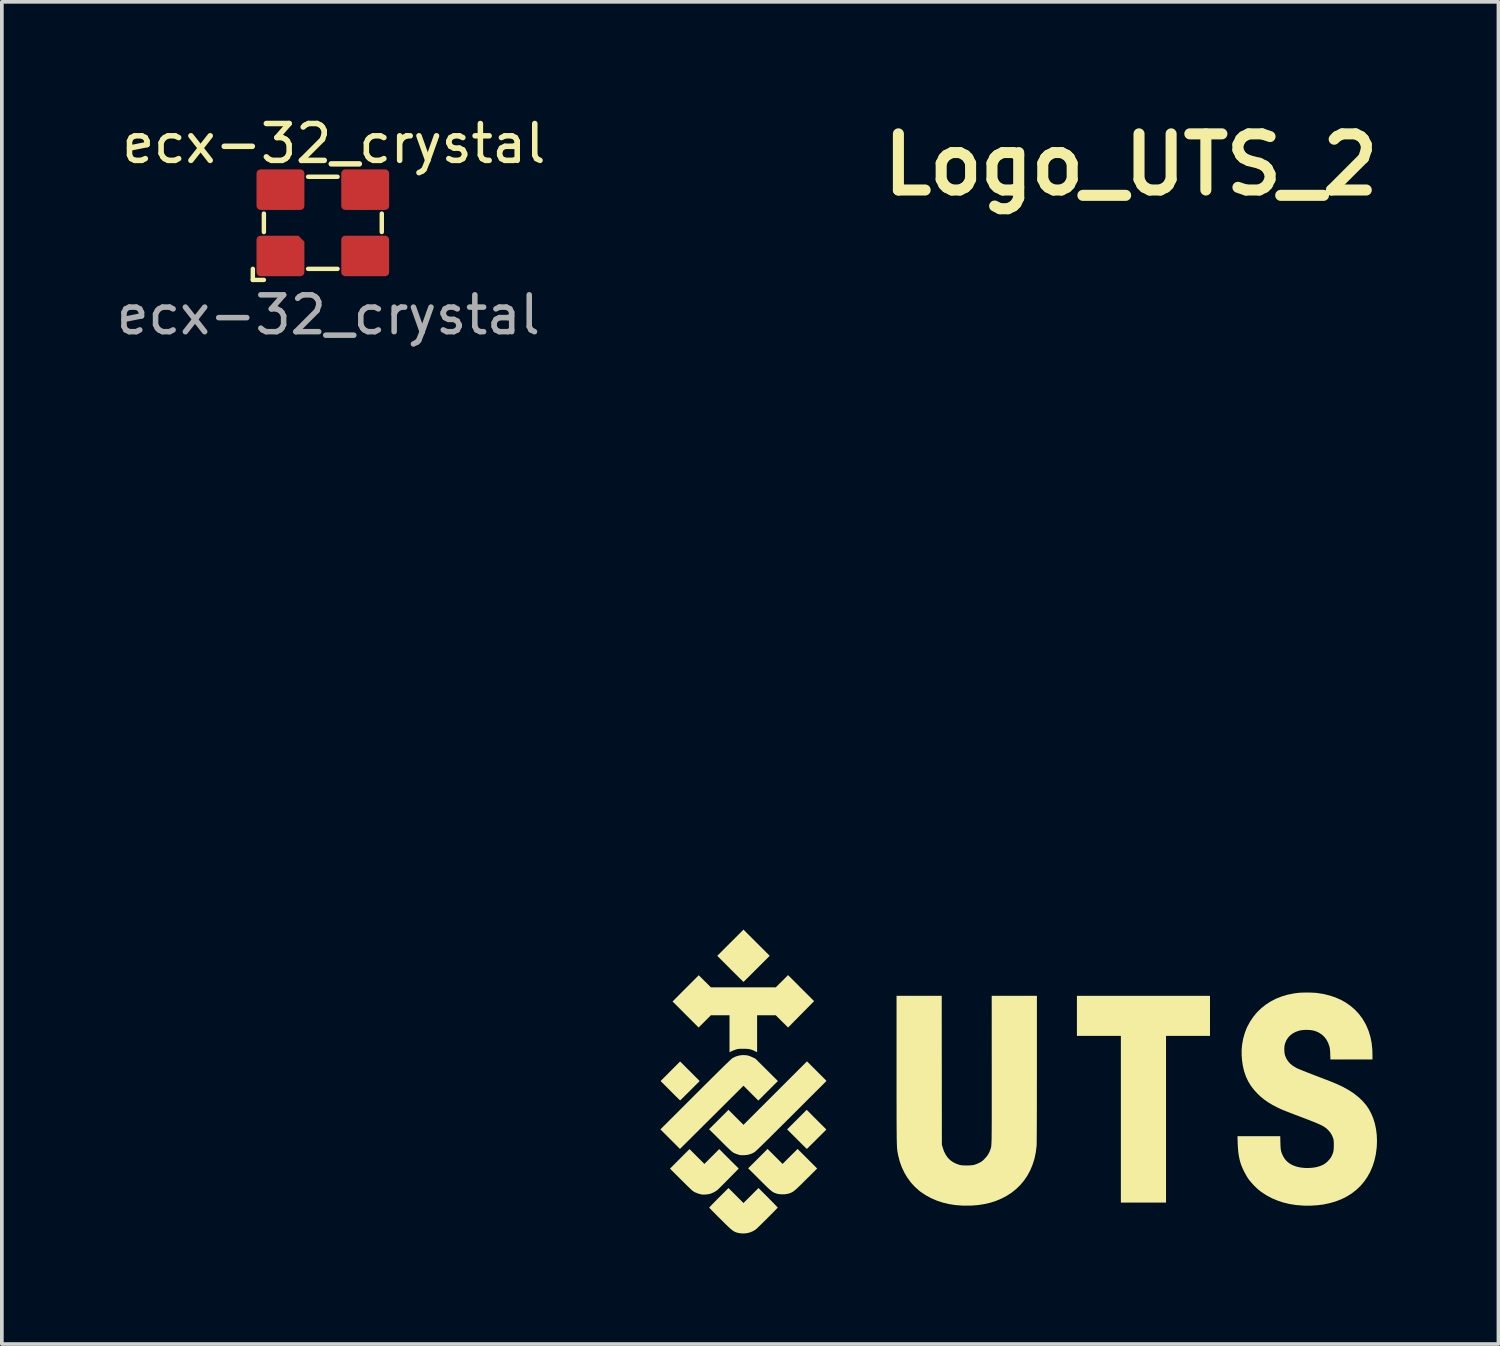
<source format=kicad_pcb>
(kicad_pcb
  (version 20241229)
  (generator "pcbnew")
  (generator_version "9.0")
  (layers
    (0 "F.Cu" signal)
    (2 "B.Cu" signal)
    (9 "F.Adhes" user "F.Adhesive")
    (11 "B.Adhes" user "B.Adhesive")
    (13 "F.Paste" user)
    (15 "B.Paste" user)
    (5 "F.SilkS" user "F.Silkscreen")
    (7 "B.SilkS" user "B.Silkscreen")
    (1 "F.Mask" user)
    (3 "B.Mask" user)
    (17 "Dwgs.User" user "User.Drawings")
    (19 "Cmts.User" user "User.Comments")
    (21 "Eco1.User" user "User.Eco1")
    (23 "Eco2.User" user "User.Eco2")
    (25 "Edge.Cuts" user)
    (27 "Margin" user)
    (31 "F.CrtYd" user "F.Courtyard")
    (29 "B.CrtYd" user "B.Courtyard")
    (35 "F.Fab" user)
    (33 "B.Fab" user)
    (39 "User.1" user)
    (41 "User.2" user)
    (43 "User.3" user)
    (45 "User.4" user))
  (footprint "Logo_UTS_2"
    (layer "F.Cu")
    (at 24.602 26.31)
    (property "Reference" "Logo_UTS_2" (at 3.048 -24.892 0) (layer "F.SilkS") (effects (font (size 1.524 1.524) (thickness 0.3))))
    (attr board_only exclude_from_pos_files exclude_from_bom)
    (fp_poly (pts (xy 5.192 -1.242) (xy 3.999 -1.242) (xy 3.999 3.283) (xy 2.773 3.283) (xy 2.773 -1.242) (xy 1.58 -1.242) (xy 1.58 -2.329) (xy 5.192 -2.329)) (stroke (width 0) (type solid)) (fill yes) (layer "F.SilkS"))
    (fp_poly (pts (xy -5.488 1.033) (xy -5.221 1.3) (xy -5.484 1.563) (xy -5.538 1.617) (xy -5.589 1.668) (xy -5.635 1.713) (xy -5.675 1.753) (xy -5.707 1.785) (xy -5.732 1.809) (xy -5.747 1.823) (xy -5.751 1.827) (xy -5.758 1.821) (xy -5.775 1.805) (xy -5.801 1.779) (xy -5.835 1.746) (xy -5.877 1.705) (xy -5.923 1.658) (xy -5.975 1.607) (xy -6.021 1.561) (xy -6.286 1.296) (xy -5.755 0.765)) (stroke (width 0) (type solid)) (fill yes) (layer "F.SilkS"))
    (fp_poly (pts (xy -8.925 -0.282) (xy -8.66 -0.016) (xy -8.923 0.247) (xy -8.978 0.301) (xy -9.028 0.351) (xy -9.074 0.397) (xy -9.114 0.436) (xy -9.147 0.468) (xy -9.171 0.492) (xy -9.186 0.506) (xy -9.191 0.51) (xy -9.197 0.505) (xy -9.214 0.488) (xy -9.24 0.463) (xy -9.275 0.429) (xy -9.316 0.389) (xy -9.363 0.342) (xy -9.414 0.291) (xy -9.458 0.247) (xy -9.721 -0.016) (xy -9.456 -0.282) (xy -9.191 -0.547)) (stroke (width 0) (type solid)) (fill yes) (layer "F.SilkS"))
    (fp_poly (pts (xy -7.115 -3.771) (xy -6.759 -3.415) (xy -7.113 -3.061) (xy -7.176 -2.998) (xy -7.236 -2.938) (xy -7.291 -2.884) (xy -7.341 -2.834) (xy -7.384 -2.792) (xy -7.419 -2.757) (xy -7.446 -2.73) (xy -7.464 -2.713) (xy -7.471 -2.707) (xy -7.471 -2.707) (xy -7.477 -2.713) (xy -7.494 -2.729) (xy -7.521 -2.755) (xy -7.556 -2.79) (xy -7.599 -2.832) (xy -7.648 -2.881) (xy -7.703 -2.935) (xy -7.763 -2.994) (xy -7.826 -3.057) (xy -7.829 -3.061) (xy -8.183 -3.415) (xy -7.827 -3.771) (xy -7.471 -4.126)) (stroke (width 0) (type solid)) (fill yes) (layer "F.SilkS"))
    (fp_poly (pts (xy -5.908 -2.538) (xy -5.554 -2.185) (xy -5.907 -1.827) (xy -6.26 -1.469) (xy -6.428 -1.635) (xy -6.595 -1.802) (xy -7.101 -1.802) (xy -7.101 -0.798) (xy -7.158 -0.827) (xy -7.209 -0.851) (xy -7.257 -0.868) (xy -7.305 -0.881) (xy -7.357 -0.888) (xy -7.419 -0.892) (xy -7.479 -0.892) (xy -7.531 -0.892) (xy -7.57 -0.891) (xy -7.6 -0.889) (xy -7.625 -0.886) (xy -7.648 -0.88) (xy -7.674 -0.872) (xy -7.685 -0.869) (xy -7.724 -0.855) (xy -7.764 -0.839) (xy -7.797 -0.824) (xy -7.802 -0.822) (xy -7.85 -0.798) (xy -7.85 -1.802) (xy -8.355 -1.802) (xy -8.522 -1.635) (xy -8.689 -1.469) (xy -9.043 -1.823) (xy -9.396 -2.176) (xy -9.041 -2.532) (xy -8.685 -2.888) (xy -8.355 -2.559) (xy -6.595 -2.559) (xy -6.428 -2.725) (xy -6.261 -2.892)) (stroke (width 0) (type solid)) (fill yes) (layer "F.SilkS"))
    (fp_poly (pts (xy -5.471 2.358) (xy -5.774 2.659) (xy -5.846 2.73) (xy -5.907 2.791) (xy -5.959 2.841) (xy -6.003 2.884) (xy -6.041 2.918) (xy -6.073 2.946) (xy -6.101 2.969) (xy -6.126 2.986) (xy -6.15 3) (xy -6.173 3.012) (xy -6.196 3.022) (xy -6.222 3.031) (xy -6.237 3.036) (xy -6.289 3.049) (xy -6.351 3.057) (xy -6.416 3.059) (xy -6.48 3.056) (xy -6.536 3.048) (xy -6.548 3.045) (xy -6.577 3.037) (xy -6.603 3.028) (xy -6.628 3.019) (xy -6.651 3.008) (xy -6.676 2.994) (xy -6.702 2.975) (xy -6.731 2.952) (xy -6.765 2.923) (xy -6.804 2.887) (xy -6.849 2.844) (xy -6.903 2.791) (xy -6.966 2.729) (xy -7.035 2.66) (xy -7.344 2.353) (xy -7.08 2.09) (xy -6.817 1.827) (xy -6.613 2.03) (xy -6.41 2.234) (xy -6.206 2.03) (xy -6.002 1.827)) (stroke (width 0) (type solid)) (fill yes) (layer "F.SilkS"))
    (fp_poly (pts (xy -7.865 2.096) (xy -7.6 2.36) (xy -7.87 2.634) (xy -7.926 2.692) (xy -7.98 2.746) (xy -8.031 2.797) (xy -8.077 2.842) (xy -8.116 2.881) (xy -8.148 2.912) (xy -8.171 2.934) (xy -8.182 2.944) (xy -8.23 2.977) (xy -8.287 3.009) (xy -8.347 3.035) (xy -8.389 3.049) (xy -8.424 3.056) (xy -8.467 3.061) (xy -8.514 3.065) (xy -8.558 3.066) (xy -8.593 3.065) (xy -8.602 3.064) (xy -8.696 3.041) (xy -8.787 3.004) (xy -8.792 3.001) (xy -8.807 2.993) (xy -8.822 2.984) (xy -8.837 2.974) (xy -8.854 2.961) (xy -8.875 2.944) (xy -8.899 2.922) (xy -8.928 2.894) (xy -8.964 2.86) (xy -9.008 2.817) (xy -9.06 2.766) (xy -9.122 2.704) (xy -9.162 2.665) (xy -9.466 2.362) (xy -9.201 2.096) (xy -8.936 1.831) (xy -8.532 2.234) (xy -8.331 2.032) (xy -8.129 1.831)) (stroke (width 0) (type solid)) (fill yes) (layer "F.SilkS"))
    (fp_poly (pts (xy -7.396 -0.717) (xy -7.339 -0.706) (xy -7.316 -0.699) (xy -7.283 -0.686) (xy -7.246 -0.67) (xy -7.224 -0.66) (xy -7.146 -0.623) (xy -6.842 -0.32) (xy -6.537 -0.017) (xy -6.803 0.249) (xy -7.068 0.514) (xy -7.269 0.313) (xy -7.471 0.111) (xy -8.004 0.642) (xy -8.091 0.729) (xy -8.183 0.82) (xy -8.276 0.913) (xy -8.37 1.006) (xy -8.462 1.098) (xy -8.552 1.187) (xy -8.637 1.272) (xy -8.716 1.351) (xy -8.787 1.421) (xy -8.848 1.482) (xy -8.866 1.5) (xy -9.195 1.827) (xy -9.726 1.296) (xy -8.769 0.341) (xy -8.637 0.209) (xy -8.516 0.088) (xy -8.405 -0.021) (xy -8.305 -0.121) (xy -8.215 -0.21) (xy -8.134 -0.29) (xy -8.063 -0.36) (xy -8 -0.422) (xy -7.946 -0.475) (xy -7.899 -0.519) (xy -7.86 -0.557) (xy -7.828 -0.587) (xy -7.803 -0.61) (xy -7.784 -0.626) (xy -7.771 -0.637) (xy -7.765 -0.641) (xy -7.678 -0.683) (xy -7.586 -0.71) (xy -7.491 -0.721)) (stroke (width 0) (type solid)) (fill yes) (layer "F.SilkS"))
    (fp_poly (pts (xy -5.482 -0.286) (xy -5.217 -0.02) (xy -6.173 0.935) (xy -6.305 1.066) (xy -6.425 1.186) (xy -6.535 1.295) (xy -6.634 1.394) (xy -6.723 1.483) (xy -6.803 1.562) (xy -6.874 1.632) (xy -6.937 1.693) (xy -6.991 1.746) (xy -7.038 1.791) (xy -7.077 1.829) (xy -7.109 1.859) (xy -7.135 1.883) (xy -7.155 1.901) (xy -7.17 1.913) (xy -7.179 1.919) (xy -7.257 1.958) (xy -7.338 1.983) (xy -7.425 1.995) (xy -7.451 1.996) (xy -7.49 1.996) (xy -7.524 1.996) (xy -7.55 1.995) (xy -7.562 1.994) (xy -7.602 1.984) (xy -7.649 1.969) (xy -7.697 1.95) (xy -7.738 1.932) (xy -7.738 1.931) (xy -7.752 1.924) (xy -7.768 1.912) (xy -7.787 1.896) (xy -7.812 1.875) (xy -7.842 1.848) (xy -7.879 1.813) (xy -7.923 1.77) (xy -7.977 1.718) (xy -8.04 1.655) (xy -8.096 1.599) (xy -8.405 1.292) (xy -8.142 1.029) (xy -7.878 0.765) (xy -7.675 0.969) (xy -7.471 1.172) (xy -5.747 -0.551)) (stroke (width 0) (type solid)) (fill yes) (layer "F.SilkS"))
    (fp_poly (pts (xy -6.802 3.149) (xy -6.749 3.204) (xy -6.698 3.254) (xy -6.653 3.3) (xy -6.614 3.341) (xy -6.582 3.374) (xy -6.559 3.399) (xy -6.545 3.414) (xy -6.541 3.419) (xy -6.547 3.426) (xy -6.563 3.444) (xy -6.588 3.47) (xy -6.621 3.504) (xy -6.66 3.544) (xy -6.705 3.589) (xy -6.753 3.637) (xy -6.803 3.687) (xy -6.854 3.739) (xy -6.905 3.789) (xy -6.955 3.838) (xy -7.001 3.883) (xy -7.043 3.924) (xy -7.079 3.959) (xy -7.108 3.986) (xy -7.129 4.005) (xy -7.138 4.013) (xy -7.211 4.058) (xy -7.292 4.092) (xy -7.379 4.114) (xy -7.469 4.122) (xy -7.558 4.117) (xy -7.617 4.106) (xy -7.647 4.098) (xy -7.673 4.09) (xy -7.697 4.08) (xy -7.721 4.069) (xy -7.746 4.054) (xy -7.772 4.036) (xy -7.802 4.012) (xy -7.836 3.983) (xy -7.876 3.946) (xy -7.923 3.901) (xy -7.978 3.848) (xy -8.042 3.784) (xy -8.098 3.728) (xy -8.157 3.67) (xy -8.211 3.615) (xy -8.261 3.565) (xy -8.305 3.521) (xy -8.342 3.483) (xy -8.371 3.453) (xy -8.391 3.432) (xy -8.4 3.42) (xy -8.401 3.419) (xy -8.395 3.412) (xy -8.379 3.394) (xy -8.354 3.367) (xy -8.32 3.332) (xy -8.279 3.29) (xy -8.233 3.243) (xy -8.182 3.191) (xy -8.14 3.149) (xy -7.878 2.888) (xy -7.471 3.295) (xy -7.267 3.092) (xy -7.064 2.888)) (stroke (width 0) (type solid)) (fill yes) (layer "F.SilkS"))
    (fp_poly (pts (xy -2.086 1.707) (xy -2.063 1.789) (xy -2.028 1.893) (xy -1.981 1.986) (xy -1.925 2.065) (xy -1.857 2.133) (xy -1.779 2.188) (xy -1.689 2.232) (xy -1.617 2.256) (xy -1.589 2.263) (xy -1.563 2.268) (xy -1.535 2.272) (xy -1.501 2.274) (xy -1.457 2.275) (xy -1.411 2.275) (xy -1.343 2.274) (xy -1.287 2.271) (xy -1.24 2.265) (xy -1.196 2.255) (xy -1.153 2.24) (xy -1.105 2.22) (xy -1.078 2.207) (xy -1.042 2.189) (xy -1.012 2.171) (xy -0.985 2.151) (xy -0.956 2.125) (xy -0.926 2.095) (xy -0.871 2.034) (xy -0.828 1.974) (xy -0.794 1.908) (xy -0.773 1.853) (xy -0.768 1.841) (xy -0.764 1.83) (xy -0.761 1.82) (xy -0.757 1.809) (xy -0.754 1.797) (xy -0.751 1.785) (xy -0.748 1.77) (xy -0.746 1.752) (xy -0.744 1.731) (xy -0.742 1.707) (xy -0.74 1.677) (xy -0.739 1.643) (xy -0.737 1.602) (xy -0.736 1.556) (xy -0.735 1.502) (xy -0.735 1.44) (xy -0.734 1.371) (xy -0.733 1.292) (xy -0.733 1.203) (xy -0.732 1.105) (xy -0.732 0.995) (xy -0.732 0.874) (xy -0.732 0.741) (xy -0.732 0.595) (xy -0.732 0.436) (xy -0.732 0.263) (xy -0.732 0.075) (xy -0.732 -0.128) (xy -0.732 -0.319) (xy -0.733 -2.329) (xy 0.494 -2.329) (xy 0.494 -0.339) (xy 0.494 -0.102) (xy 0.493 0.122) (xy 0.493 0.332) (xy 0.493 0.529) (xy 0.493 0.712) (xy 0.492 0.881) (xy 0.492 1.036) (xy 0.491 1.177) (xy 0.491 1.302) (xy 0.49 1.413) (xy 0.489 1.508) (xy 0.489 1.589) (xy 0.488 1.653) (xy 0.487 1.702) (xy 0.486 1.735) (xy 0.485 1.748) (xy 0.463 1.925) (xy 0.427 2.094) (xy 0.377 2.254) (xy 0.314 2.405) (xy 0.238 2.546) (xy 0.149 2.678) (xy 0.048 2.8) (xy -0.065 2.911) (xy -0.191 3.012) (xy -0.328 3.101) (xy -0.47 3.175) (xy -0.62 3.238) (xy -0.775 3.288) (xy -0.938 3.325) (xy -1.108 3.351) (xy -1.288 3.365) (xy -1.478 3.366) (xy -1.547 3.364) (xy -1.726 3.35) (xy -1.9 3.322) (xy -2.069 3.281) (xy -2.231 3.227) (xy -2.384 3.16) (xy -2.528 3.081) (xy -2.662 2.991) (xy -2.707 2.956) (xy -2.823 2.852) (xy -2.928 2.736) (xy -3.021 2.609) (xy -3.103 2.473) (xy -3.172 2.327) (xy -3.228 2.172) (xy -3.27 2.011) (xy -3.286 1.928) (xy -3.289 1.909) (xy -3.292 1.891) (xy -3.295 1.871) (xy -3.297 1.851) (xy -3.3 1.829) (xy -3.302 1.804) (xy -3.304 1.776) (xy -3.305 1.744) (xy -3.307 1.708) (xy -3.308 1.666) (xy -3.309 1.619) (xy -3.311 1.565) (xy -3.312 1.505) (xy -3.312 1.436) (xy -3.313 1.359) (xy -3.314 1.274) (xy -3.314 1.178) (xy -3.315 1.072) (xy -3.315 0.956) (xy -3.315 0.827) (xy -3.315 0.687) (xy -3.316 0.534) (xy -3.316 0.367) (xy -3.316 0.185) (xy -3.316 -0.011) (xy -3.316 -0.222) (xy -3.316 -0.331) (xy -3.316 -2.329) (xy -2.09 -2.329)) (stroke (width 0) (type solid)) (fill yes) (layer "F.SilkS"))
    (fp_poly (pts (xy 7.874 -2.418) (xy 7.958 -2.416) (xy 8.035 -2.412) (xy 8.092 -2.407) (xy 8.268 -2.38) (xy 8.436 -2.339) (xy 8.593 -2.287) (xy 8.742 -2.222) (xy 8.88 -2.145) (xy 9.007 -2.056) (xy 9.123 -1.956) (xy 9.228 -1.844) (xy 9.322 -1.722) (xy 9.402 -1.589) (xy 9.438 -1.518) (xy 9.5 -1.369) (xy 9.547 -1.213) (xy 9.58 -1.049) (xy 9.598 -0.877) (xy 9.602 -0.744) (xy 9.602 -0.601) (xy 8.461 -0.601) (xy 8.456 -0.743) (xy 8.454 -0.805) (xy 8.451 -0.854) (xy 8.446 -0.895) (xy 8.44 -0.929) (xy 8.435 -0.95) (xy 8.401 -1.049) (xy 8.355 -1.137) (xy 8.298 -1.213) (xy 8.229 -1.277) (xy 8.15 -1.329) (xy 8.061 -1.369) (xy 7.975 -1.392) (xy 7.91 -1.401) (xy 7.835 -1.405) (xy 7.758 -1.404) (xy 7.684 -1.397) (xy 7.62 -1.385) (xy 7.611 -1.383) (xy 7.518 -1.351) (xy 7.436 -1.307) (xy 7.365 -1.252) (xy 7.307 -1.188) (xy 7.261 -1.114) (xy 7.228 -1.031) (xy 7.219 -0.994) (xy 7.212 -0.944) (xy 7.209 -0.887) (xy 7.211 -0.828) (xy 7.216 -0.771) (xy 7.226 -0.723) (xy 7.231 -0.707) (xy 7.266 -0.625) (xy 7.312 -0.553) (xy 7.368 -0.489) (xy 7.438 -0.432) (xy 7.522 -0.381) (xy 7.557 -0.362) (xy 7.581 -0.352) (xy 7.618 -0.336) (xy 7.667 -0.316) (xy 7.726 -0.292) (xy 7.794 -0.265) (xy 7.867 -0.236) (xy 7.946 -0.205) (xy 8.028 -0.174) (xy 8.063 -0.16) (xy 8.176 -0.117) (xy 8.275 -0.079) (xy 8.361 -0.046) (xy 8.436 -0.017) (xy 8.502 0.009) (xy 8.559 0.033) (xy 8.609 0.054) (xy 8.654 0.073) (xy 8.695 0.092) (xy 8.733 0.11) (xy 8.771 0.128) (xy 8.808 0.147) (xy 8.814 0.15) (xy 8.965 0.234) (xy 9.103 0.325) (xy 9.226 0.423) (xy 9.335 0.527) (xy 9.43 0.637) (xy 9.504 0.745) (xy 9.57 0.868) (xy 9.625 1.001) (xy 9.669 1.144) (xy 9.7 1.294) (xy 9.719 1.451) (xy 9.725 1.611) (xy 9.719 1.774) (xy 9.717 1.794) (xy 9.694 1.969) (xy 9.657 2.136) (xy 9.607 2.293) (xy 9.544 2.442) (xy 9.467 2.581) (xy 9.379 2.71) (xy 9.278 2.829) (xy 9.165 2.937) (xy 9.04 3.034) (xy 8.904 3.119) (xy 8.758 3.192) (xy 8.6 3.253) (xy 8.597 3.254) (xy 8.441 3.299) (xy 8.28 3.333) (xy 8.112 3.355) (xy 7.934 3.366) (xy 7.747 3.366) (xy 7.71 3.364) (xy 7.529 3.35) (xy 7.353 3.322) (xy 7.182 3.281) (xy 7.018 3.226) (xy 6.863 3.16) (xy 6.716 3.081) (xy 6.581 2.991) (xy 6.525 2.948) (xy 6.475 2.905) (xy 6.42 2.852) (xy 6.363 2.794) (xy 6.31 2.734) (xy 6.262 2.678) (xy 6.235 2.641) (xy 6.205 2.595) (xy 6.171 2.538) (xy 6.137 2.475) (xy 6.103 2.409) (xy 6.073 2.344) (xy 6.049 2.286) (xy 6.035 2.251) (xy 6.008 2.162) (xy 5.986 2.073) (xy 5.97 1.982) (xy 5.957 1.884) (xy 5.949 1.777) (xy 5.944 1.664) (xy 5.938 1.481) (xy 7.099 1.481) (xy 7.103 1.656) (xy 7.105 1.727) (xy 7.108 1.784) (xy 7.113 1.832) (xy 7.12 1.873) (xy 7.129 1.91) (xy 7.142 1.946) (xy 7.159 1.986) (xy 7.172 2.015) (xy 7.219 2.094) (xy 7.278 2.162) (xy 7.349 2.22) (xy 7.433 2.267) (xy 7.527 2.303) (xy 7.633 2.328) (xy 7.75 2.342) (xy 7.84 2.345) (xy 7.962 2.339) (xy 8.075 2.322) (xy 8.177 2.293) (xy 8.268 2.254) (xy 8.277 2.248) (xy 8.327 2.215) (xy 8.378 2.172) (xy 8.425 2.122) (xy 8.466 2.071) (xy 8.493 2.024) (xy 8.514 1.978) (xy 8.53 1.936) (xy 8.541 1.896) (xy 8.548 1.852) (xy 8.551 1.802) (xy 8.553 1.739) (xy 8.553 1.72) (xy 8.552 1.668) (xy 8.551 1.629) (xy 8.549 1.6) (xy 8.546 1.576) (xy 8.541 1.555) (xy 8.534 1.532) (xy 8.531 1.524) (xy 8.497 1.445) (xy 8.454 1.377) (xy 8.405 1.321) (xy 8.38 1.296) (xy 8.355 1.273) (xy 8.328 1.252) (xy 8.298 1.231) (xy 8.264 1.21) (xy 8.225 1.189) (xy 8.178 1.166) (xy 8.124 1.142) (xy 8.061 1.115) (xy 7.987 1.085) (xy 7.901 1.051) (xy 7.802 1.013) (xy 7.714 0.979) (xy 7.605 0.938) (xy 7.51 0.902) (xy 7.428 0.87) (xy 7.357 0.843) (xy 7.296 0.819) (xy 7.245 0.799) (xy 7.2 0.781) (xy 7.161 0.765) (xy 7.128 0.751) (xy 7.097 0.737) (xy 7.069 0.724) (xy 7.041 0.711) (xy 7.012 0.697) (xy 6.999 0.69) (xy 6.878 0.626) (xy 6.77 0.561) (xy 6.673 0.493) (xy 6.582 0.421) (xy 6.495 0.341) (xy 6.484 0.329) (xy 6.385 0.221) (xy 6.299 0.108) (xy 6.227 -0.011) (xy 6.168 -0.138) (xy 6.121 -0.272) (xy 6.086 -0.417) (xy 6.063 -0.572) (xy 6.051 -0.716) (xy 6.051 -0.867) (xy 6.066 -1.02) (xy 6.094 -1.171) (xy 6.136 -1.318) (xy 6.19 -1.458) (xy 6.204 -1.488) (xy 6.281 -1.63) (xy 6.37 -1.762) (xy 6.471 -1.884) (xy 6.584 -1.993) (xy 6.707 -2.091) (xy 6.841 -2.177) (xy 6.984 -2.251) (xy 7.138 -2.312) (xy 7.3 -2.36) (xy 7.47 -2.394) (xy 7.562 -2.407) (xy 7.627 -2.413) (xy 7.704 -2.417) (xy 7.788 -2.418)) (stroke (width 0) (type solid)) (fill yes) (layer "F.SilkS")))
  (footprint "ecx-32_crystal"
    (layer "F.Cu")
    (at 5.713 2.998)
    (property "Reference" "ecx-32_crystal" (at 0.3 -2.15 0) (unlocked yes) (layer "F.SilkS") (effects (font (size 1 1) (thickness 0.15))))
    (attr smd)
    (fp_line (start -1.9 1.25) (end -1.9 1.55) (stroke (width 0.12) (type solid)) (layer "F.SilkS"))
    (fp_line (start -1.9 1.55) (end -1.6 1.55) (stroke (width 0.12) (type solid)) (layer "F.SilkS"))
    (fp_line (start -1.6 -0.25) (end -1.6 0.25) (stroke (width 0.12) (type solid)) (layer "F.SilkS"))
    (fp_line (start -0.4 -1.25) (end 0.4 -1.25) (stroke (width 0.12) (type solid)) (layer "F.SilkS"))
    (fp_line (start -0.4 1.25) (end 0.4 1.25) (stroke (width 0.12) (type solid)) (layer "F.SilkS"))
    (fp_line (start 1.6 -0.25) (end 1.6 0.25) (stroke (width 0.12) (type solid)) (layer "F.SilkS"))
    (fp_text user "${REFERENCE}" (at 0.15 2.5 0) (unlocked yes) (layer "F.Fab") (effects (font (size 1 1) (thickness 0.15))))
    (pad "1" smd roundrect (at -1.15 0.9) (size 1.3 1.1) (layers "F.Cu" "F.Mask" "F.Paste") (roundrect_rratio 0.1) (chamfer_ratio 0.15) (chamfer top_right))
    (pad "2" smd roundrect (at 1.15 0.9) (size 1.3 1.1) (layers "F.Cu" "F.Mask" "F.Paste") (roundrect_rratio 0.1))
    (pad "3" smd roundrect (at 1.15 -0.9) (size 1.3 1.1) (layers "F.Cu" "F.Mask" "F.Paste") (roundrect_rratio 0.1))
    (pad "4" smd roundrect (at -1.15 -0.9) (size 1.3 1.1) (layers "F.Cu" "F.Mask" "F.Paste") (roundrect_rratio 0.1)))
  (gr_rect
    (start -3 -3)
    (end 37.624 33.432)
    (stroke (width 0.1) (type default))
    (fill no)
    (layer "Edge.Cuts")))
</source>
